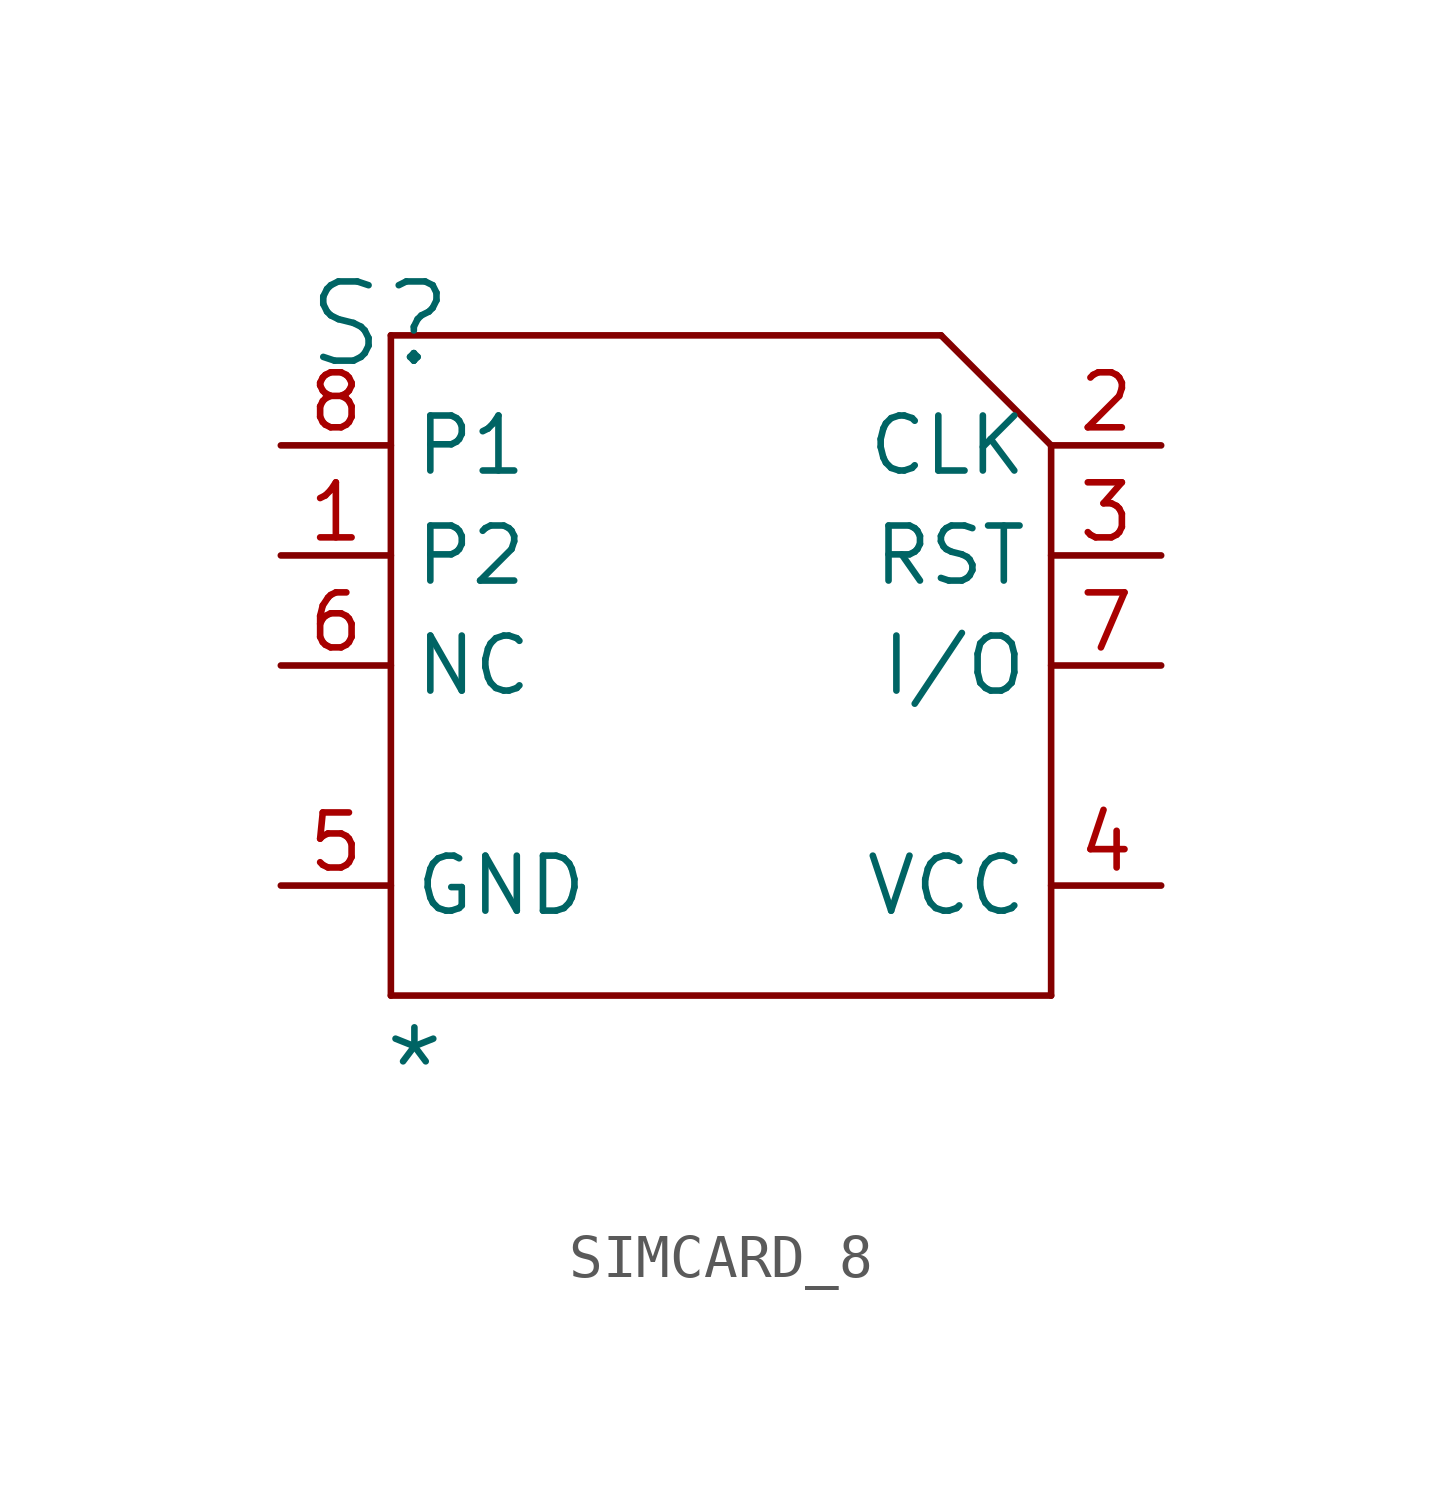
<source format=kicad_sym>
(kicad_symbol_lib
  (version 20241209)
  (generator "kicad_symbol_editor")
  (generator_version "9.0")
  (symbol "SIMCARD_8"
    (property "Reference" "S"
      (at -0.254 0.254 0)
      (effects (font (size 1.829 1.829))))
    (property "Value" "*"
      (at -0.254 -18.034 0)
      (effects (font (size 1.829 1.829)) (justify left bottom)))
    (symbol "SIMCARD_8_1_0"
      (polyline (pts (xy 0 0) (xy 0 -15.24)) (stroke (width 0) (type solid)) (fill (type none)))
      (polyline (pts (xy 0 0) (xy 12.7 0)) (stroke (width 0) (type solid)) (fill (type none)))
      (polyline (pts (xy 12.7 0) (xy 15.24 -2.54)) (stroke (width 0) (type solid)) (fill (type none)))
      (polyline (pts (xy 15.24 -2.54) (xy 15.24 -15.24)) (stroke (width 0) (type solid)) (fill (type none)))
      (polyline (pts (xy 15.24 -15.24) (xy 0 -15.24)) (stroke (width 0) (type solid)) (fill (type none)))
      (pin passive line (at -2.54 -2.54 0) (length 2.54) (name "P1" (effects (font (size 1.27 1.27)))) (number "8" (effects (font (size 1.27 1.27)))))
      (pin passive line (at -2.54 -5.08 0) (length 2.54) (name "P2" (effects (font (size 1.27 1.27)))) (number "1" (effects (font (size 1.27 1.27)))))
      (pin passive line (at -2.54 -7.62 0) (length 2.54) (name "NC" (effects (font (size 1.27 1.27)))) (number "6" (effects (font (size 1.27 1.27)))))
      (pin passive line (at -2.54 -12.7 0) (length 2.54) (name "GND" (effects (font (size 1.27 1.27)))) (number "5" (effects (font (size 1.27 1.27)))))
      (pin passive line (at 17.78 -2.54 180) (length 2.54) (name "CLK" (effects (font (size 1.27 1.27)))) (number "2" (effects (font (size 1.27 1.27)))))
      (pin passive line (at 17.78 -5.08 180) (length 2.54) (name "RST" (effects (font (size 1.27 1.27)))) (number "3" (effects (font (size 1.27 1.27)))))
      (pin passive line (at 17.78 -7.62 180) (length 2.54) (name "I/O" (effects (font (size 1.27 1.27)))) (number "7" (effects (font (size 1.27 1.27)))))
      (pin passive line (at 17.78 -12.7 180) (length 2.54) (name "VCC" (effects (font (size 1.27 1.27)))) (number "4" (effects (font (size 1.27 1.27))))))))
</source>
